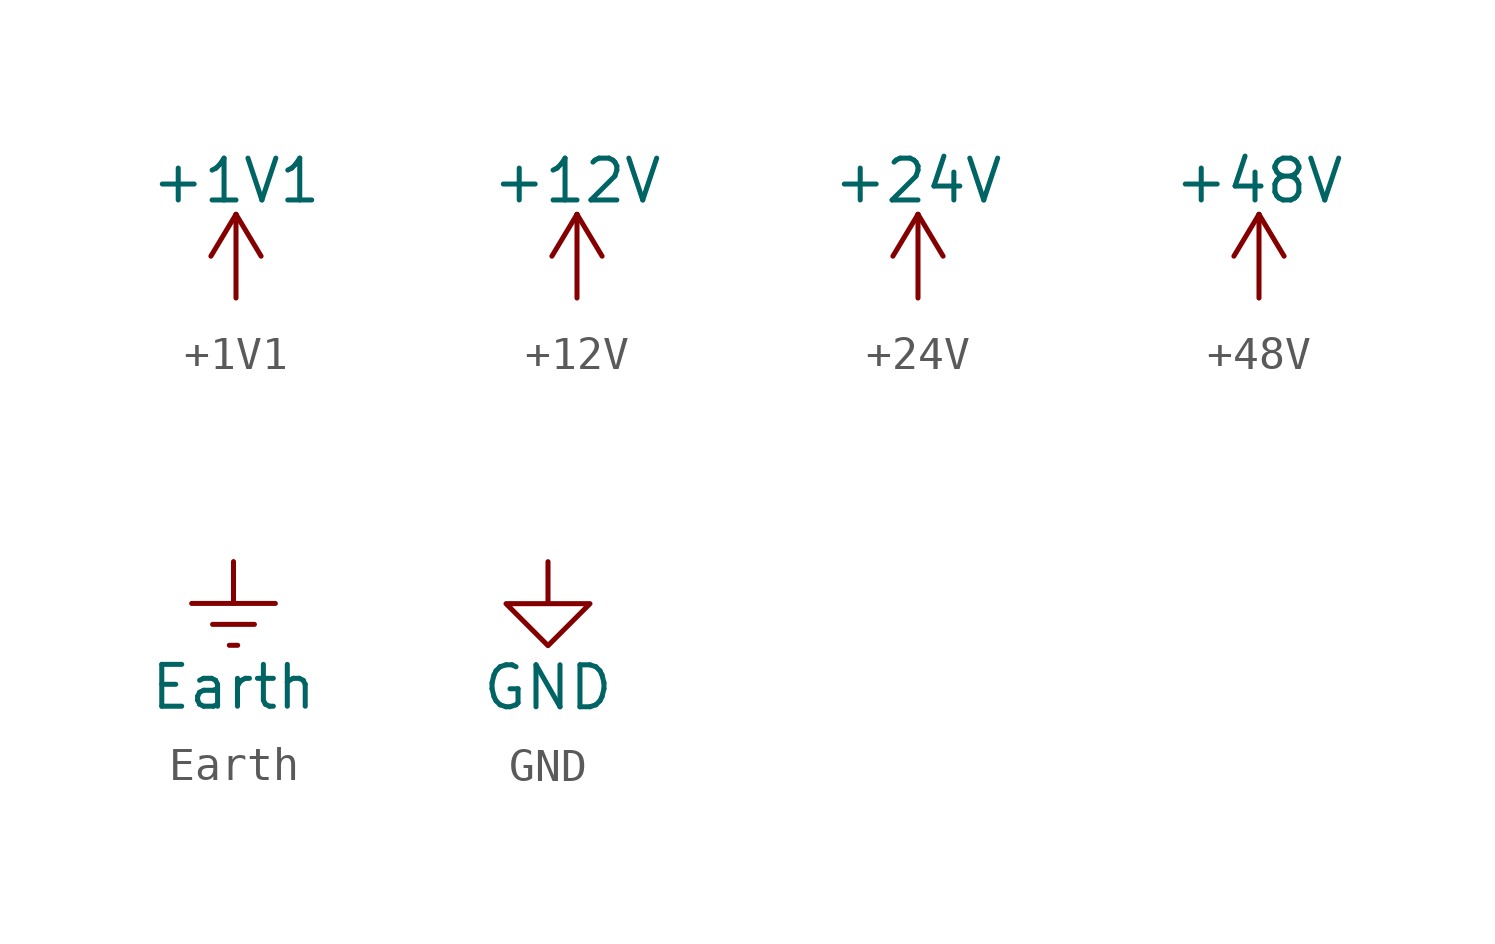
<source format=kicad_sym>
(kicad_symbol_lib
  (version 20220914)
  (generator kicad_symbol_editor)
  (symbol "+1V1"
    (power)
    (pin_names
      (offset 0))
    (property "Reference" "#PWR"
      (at 0 -3.81 0)
      (effects (font (size 1.27 1.27)) hide))
    (property "Value" "+1V1"
      (at 0 3.556 0)
      (effects (font (size 1.27 1.27))))
    (symbol "+1V1_0_1"
      (polyline (pts (xy -0.762 1.27) (xy 0 2.54)) (stroke (width 0) (type default)) (fill (type none)))
      (polyline (pts (xy 0 0) (xy 0 2.54)) (stroke (width 0) (type default)) (fill (type none)))
      (polyline (pts (xy 0 2.54) (xy 0.762 1.27)) (stroke (width 0) (type default)) (fill (type none))))
    (symbol "+1V1_1_1"
      (pin power_in line (at 0 0 0) (length 0) hide (name "+3V3" (effects (font (size 1.27 1.27)))) (number "1" (effects (font (size 1.27 1.27)))))))
  (symbol "+12V"
    (power)
    (pin_names
      (offset 0))
    (property "Reference" "#PWR"
      (at 0 -3.81 0)
      (effects (font (size 1.27 1.27)) hide))
    (property "Value" "+12V"
      (at 0 3.556 0)
      (effects (font (size 1.27 1.27))))
    (symbol "+12V_0_1"
      (polyline (pts (xy -0.762 1.27) (xy 0 2.54)) (stroke (width 0) (type default)) (fill (type none)))
      (polyline (pts (xy 0 0) (xy 0 2.54)) (stroke (width 0) (type default)) (fill (type none)))
      (polyline (pts (xy 0 2.54) (xy 0.762 1.27)) (stroke (width 0) (type default)) (fill (type none))))
    (symbol "+12V_1_1"
      (pin power_in line (at 0 0 0) (length 0) hide (name "+12V" (effects (font (size 1.27 1.27)))) (number "1" (effects (font (size 1.27 1.27)))))))
  (symbol "+24V"
    (power)
    (pin_names
      (offset 0))
    (property "Reference" "#PWR"
      (at 0 -3.81 0)
      (effects (font (size 1.27 1.27)) hide))
    (property "Value" "+24V"
      (at 0 3.556 0)
      (effects (font (size 1.27 1.27))))
    (symbol "+24V_0_1"
      (polyline (pts (xy -0.762 1.27) (xy 0 2.54)) (stroke (width 0) (type default)) (fill (type none)))
      (polyline (pts (xy 0 0) (xy 0 2.54)) (stroke (width 0) (type default)) (fill (type none)))
      (polyline (pts (xy 0 2.54) (xy 0.762 1.27)) (stroke (width 0) (type default)) (fill (type none))))
    (symbol "+24V_1_1"
      (pin power_in line (at 0 0 0) (length 0) hide (name "+24V" (effects (font (size 1.27 1.27)))) (number "1" (effects (font (size 1.27 1.27)))))))
  (symbol "+48V"
    (power)
    (pin_names
      (offset 0))
    (property "Reference" "#PWR"
      (at 0 -3.81 0)
      (effects (font (size 1.27 1.27)) hide))
    (property "Value" "+48V"
      (at 0 3.556 0)
      (effects (font (size 1.27 1.27))))
    (symbol "+48V_0_1"
      (polyline (pts (xy -0.762 1.27) (xy 0 2.54)) (stroke (width 0) (type default)) (fill (type none)))
      (polyline (pts (xy 0 0) (xy 0 2.54)) (stroke (width 0) (type default)) (fill (type none)))
      (polyline (pts (xy 0 2.54) (xy 0.762 1.27)) (stroke (width 0) (type default)) (fill (type none))))
    (symbol "+48V_1_1"
      (pin power_in line (at 0 0 0) (length 0) hide (name "+48V" (effects (font (size 1.27 1.27)))) (number "1" (effects (font (size 1.27 1.27)))))))
  (symbol "Earth"
    (power)
    (pin_names
      (offset 0))
    (property "Reference" "#PWR"
      (at 0 -6.35 0)
      (effects (font (size 1.27 1.27)) hide))
    (property "Value" "Earth"
      (at 0 -3.81 0)
      (effects (font (size 1.27 1.27))))
    (symbol "Earth_0_1"
      (polyline (pts (xy -0.635 -1.905) (xy 0.635 -1.905)) (stroke (width 0) (type default)) (fill (type none)))
      (polyline (pts (xy -0.127 -2.54) (xy 0.127 -2.54)) (stroke (width 0) (type default)) (fill (type none)))
      (polyline (pts (xy 0 -1.27) (xy 0 0)) (stroke (width 0) (type default)) (fill (type none)))
      (polyline (pts (xy 1.27 -1.27) (xy -1.27 -1.27)) (stroke (width 0) (type default)) (fill (type none))))
    (symbol "Earth_1_1"
      (pin power_in line (at 0 0 270) (length 0) hide (name "Earth" (effects (font (size 1.27 1.27)))) (number "1" (effects (font (size 1.27 1.27)))))))
  (symbol "GND"
    (power)
    (pin_names
      (offset 0))
    (property "Reference" "#PWR"
      (at 0 -6.35 0)
      (effects (font (size 1.27 1.27)) hide))
    (property "Value" "GND"
      (at 0 -3.81 0)
      (effects (font (size 1.27 1.27))))
    (symbol "GND_0_1"
      (polyline (pts (xy 0 0) (xy 0 -1.27) (xy 1.27 -1.27) (xy 0 -2.54) (xy -1.27 -1.27) (xy 0 -1.27)) (stroke (width 0) (type default)) (fill (type none))))
    (symbol "GND_1_1"
      (pin power_in line (at 0 0 0) (length 0) hide (name "GND" (effects (font (size 1.27 1.27)))) (number "1" (effects (font (size 1.27 1.27))))))))
</source>
